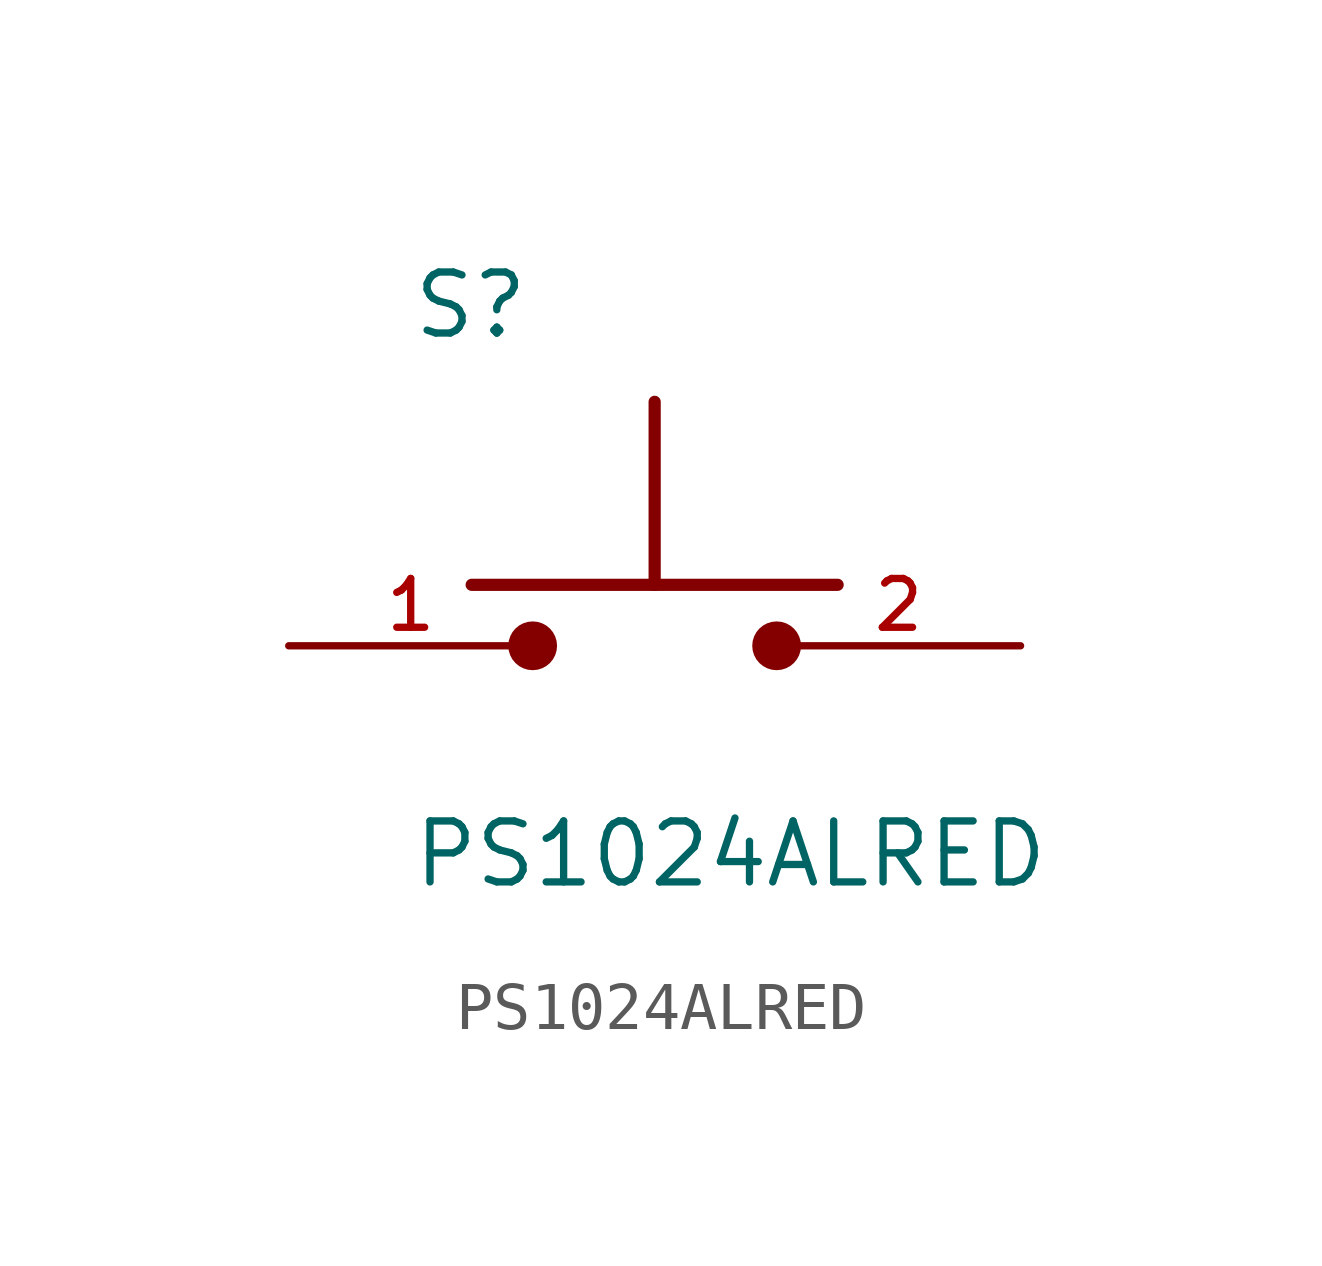
<source format=kicad_sym>
(kicad_symbol_lib
  (version 20211014)
  (generator kicad_symbol_editor)
  (symbol "PS1024ALRED"
    (pin_names
      (offset 1.016))
    (property "Reference" "S"
      (at -5.08 6.35 0)
      (effects (font (size 1.27 1.27)) (justify bottom left)))
    (property "Value" "PS1024ALRED"
      (at -5.08 -5.08 0)
      (effects (font (size 1.27 1.27)) (justify bottom left)))
    (symbol "PS1024ALRED_0_0"
      (circle (center -2.54 0.0) (radius 0.254) (stroke (width 0.508)) (fill (type none)))
      (circle (center 2.54 0.0) (radius 0.254) (stroke (width 0.508)) (fill (type none)))
      (polyline (pts (xy -3.81 1.27) (xy 0.0 1.27)) (stroke (width 0.254)))
      (polyline (pts (xy 0.0 1.27) (xy 3.81 1.27)) (stroke (width 0.254)))
      (polyline (pts (xy 0.0 1.27) (xy 0.0 5.08)) (stroke (width 0.254)))
      (pin passive line (at -7.62 0.0 0) (length 5.08) (name "~" (effects (font (size 1.016 1.016)))) (number "1" (effects (font (size 1.016 1.016)))))
      (pin passive line (at 7.62 0.0 180.0) (length 5.08) (name "~" (effects (font (size 1.016 1.016)))) (number "2" (effects (font (size 1.016 1.016))))))))
</source>
